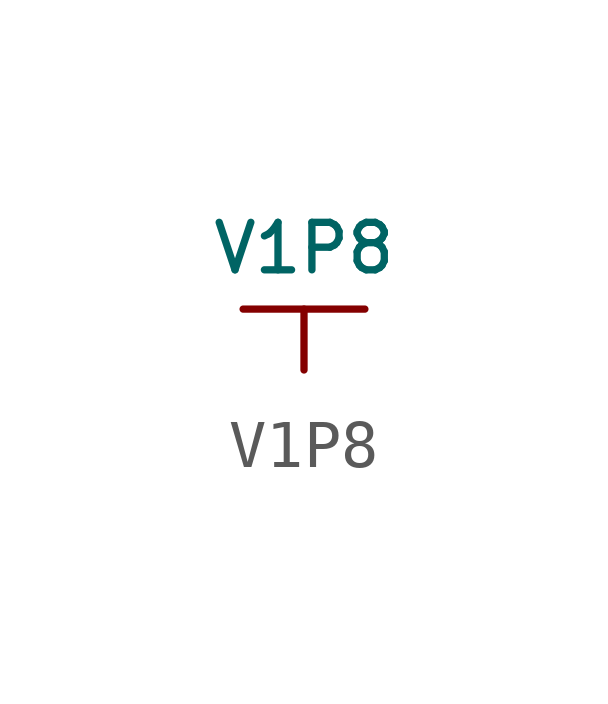
<source format=kicad_sym>
(kicad_symbol_lib
  (version 20220914)
  (generator kicad_symbol_editor)
  (symbol "V1P8"
    (power)
    (pin_numbers hide)
    (pin_names
      (offset 0) hide)
    (property "Reference" "#PWR"
      (at 0 -2.54 0)
      (effects (font (size 1.524 1.524)) hide))
    (property "Value" "V1P8"
      (at 0 1.27 0)
      (effects (font (size 0.991 0.991))))
    (property "Footprint" ""
      (at 0 0 0)
      (effects (font (size 1.524 1.524))))
    (property "Datasheet" ""
      (at 0 0 0)
      (effects (font (size 1.524 1.524))))
    (symbol "V1P8_0_1"
      (polyline (pts (xy -1.27 0) (xy 1.27 0)) (stroke (width 0) (type default)) (fill (type none))))
    (symbol "V1P8_1_1"
      (pin power_in line (at 0 -1.27 90) (length 1.27) (name "V1P8" (effects (font (size 1.27 1.27)))) (number "1" (effects (font (size 1.27 1.27))))))))
</source>
